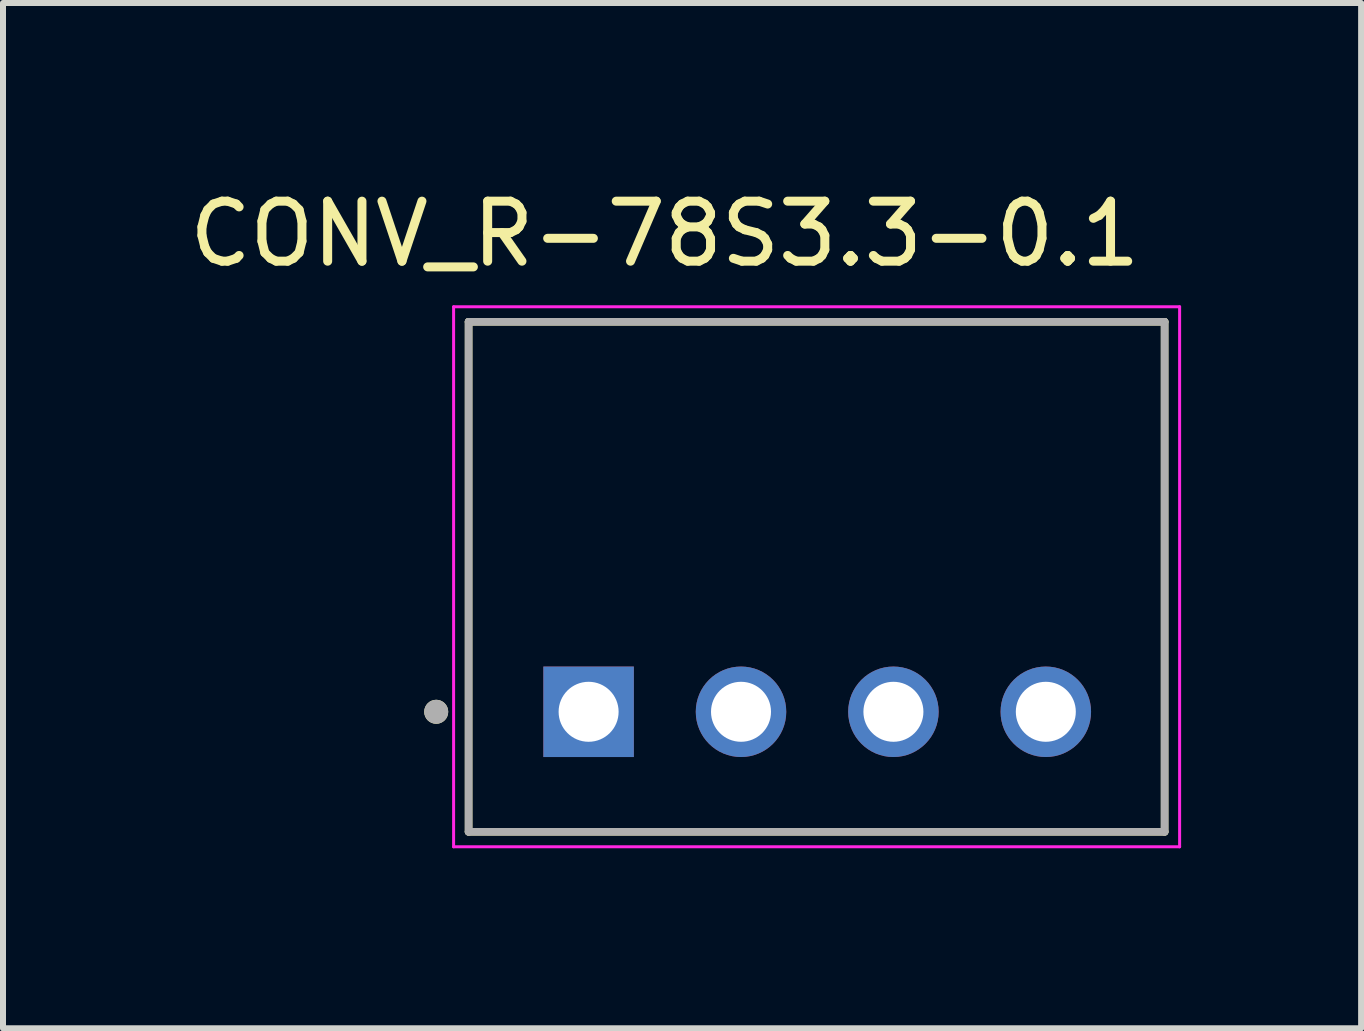
<source format=kicad_pcb>
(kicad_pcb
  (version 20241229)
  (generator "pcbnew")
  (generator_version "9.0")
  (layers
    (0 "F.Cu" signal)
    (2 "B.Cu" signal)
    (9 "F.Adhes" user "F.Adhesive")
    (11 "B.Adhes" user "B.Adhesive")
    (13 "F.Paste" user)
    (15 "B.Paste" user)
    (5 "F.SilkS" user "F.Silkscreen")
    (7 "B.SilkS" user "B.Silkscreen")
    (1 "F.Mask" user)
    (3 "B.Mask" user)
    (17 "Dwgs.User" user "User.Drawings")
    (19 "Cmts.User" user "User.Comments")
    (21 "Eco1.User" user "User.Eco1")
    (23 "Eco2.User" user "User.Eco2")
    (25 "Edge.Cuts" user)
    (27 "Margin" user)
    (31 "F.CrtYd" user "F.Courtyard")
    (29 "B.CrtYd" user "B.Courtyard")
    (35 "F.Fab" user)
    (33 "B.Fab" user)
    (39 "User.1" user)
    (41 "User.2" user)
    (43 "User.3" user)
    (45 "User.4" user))
  (footprint "CONV_R-78S3.3-0.1"
    (layer "F.Cu")
    (at 10.57 6.563)
    (property "Reference" "CONV_R-78S3.3-0.1" (at -2.54 -5.715 0) (layer "F.SilkS") (effects (font (size 1 1) (thickness 0.15))))
    (attr through_hole)
    (fp_line (start -5.81 -4.25) (end -5.81 4.25) (stroke (width 0.127) (type solid)) (layer "F.SilkS"))
    (fp_line (start -5.81 4.25) (end 5.79 4.25) (stroke (width 0.127) (type solid)) (layer "F.SilkS"))
    (fp_line (start 5.79 -4.25) (end -5.81 -4.25) (stroke (width 0.127) (type solid)) (layer "F.SilkS"))
    (fp_line (start 5.79 4.25) (end 5.79 -4.25) (stroke (width 0.127) (type solid)) (layer "F.SilkS"))
    (fp_circle (center -6.35 2.25) (end -6.25 2.25) (stroke (width 0.2) (type solid)) (fill no) (layer "F.SilkS"))
    (fp_line (start -6.06 -4.5) (end -6.06 4.5) (stroke (width 0.05) (type solid)) (layer "F.CrtYd"))
    (fp_line (start -6.06 4.5) (end 6.04 4.5) (stroke (width 0.05) (type solid)) (layer "F.CrtYd"))
    (fp_line (start 6.04 -4.5) (end -6.06 -4.5) (stroke (width 0.05) (type solid)) (layer "F.CrtYd"))
    (fp_line (start 6.04 4.5) (end 6.04 -4.5) (stroke (width 0.05) (type solid)) (layer "F.CrtYd"))
    (fp_line (start -5.81 -4.25) (end -5.81 4.25) (stroke (width 0.127) (type solid)) (layer "F.Fab"))
    (fp_line (start -5.81 4.25) (end 5.79 4.25) (stroke (width 0.127) (type solid)) (layer "F.Fab"))
    (fp_line (start 5.79 -4.25) (end -5.81 -4.25) (stroke (width 0.127) (type solid)) (layer "F.Fab"))
    (fp_line (start 5.79 4.25) (end 5.79 -4.25) (stroke (width 0.127) (type solid)) (layer "F.Fab"))
    (fp_circle (center -6.35 2.25) (end -6.25 2.25) (stroke (width 0.2) (type solid)) (fill no) (layer "F.Fab"))
    (pad "1" thru_hole rect (at -3.81 2.25) (size 1.508 1.508) (drill 1) (layers "*.Cu" "*.Mask"))
    (pad "2" thru_hole circle (at -1.27 2.25) (size 1.508 1.508) (drill 1) (layers "*.Cu" "*.Mask"))
    (pad "3" thru_hole circle (at 1.27 2.25) (size 1.508 1.508) (drill 1) (layers "*.Cu" "*.Mask"))
    (pad "4" thru_hole circle (at 3.81 2.25) (size 1.508 1.508) (drill 1) (layers "*.Cu" "*.Mask")))
  (gr_rect
    (start -3 -3)
    (end 19.635 14.088)
    (stroke (width 0.1) (type default))
    (fill no)
    (layer "Edge.Cuts")))
</source>
